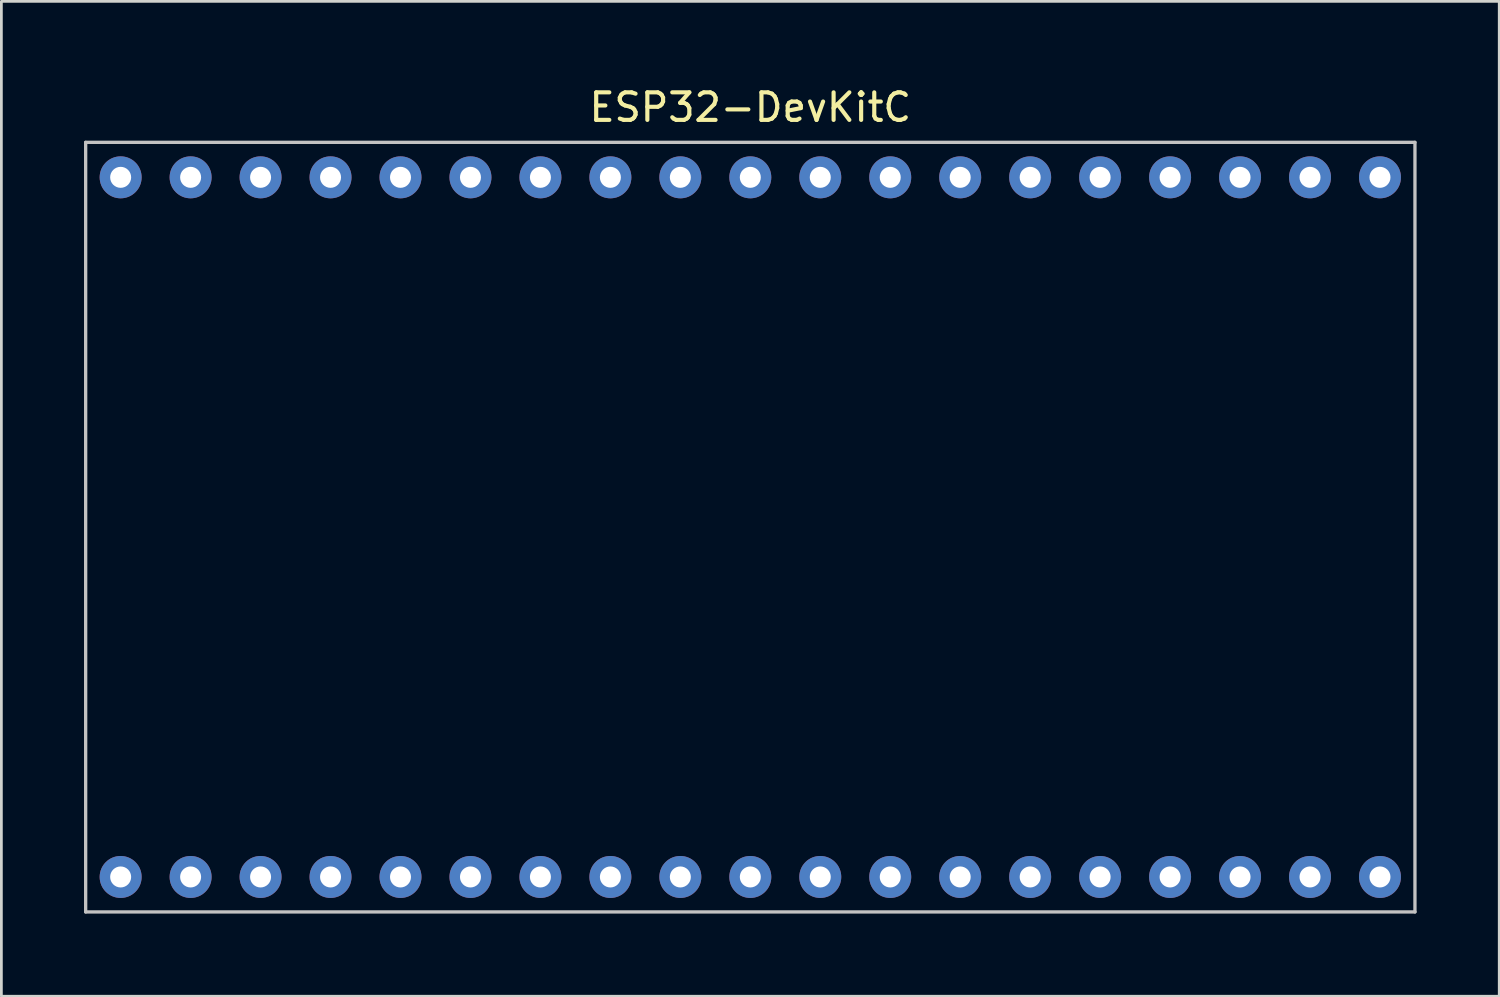
<source format=kicad_pcb>
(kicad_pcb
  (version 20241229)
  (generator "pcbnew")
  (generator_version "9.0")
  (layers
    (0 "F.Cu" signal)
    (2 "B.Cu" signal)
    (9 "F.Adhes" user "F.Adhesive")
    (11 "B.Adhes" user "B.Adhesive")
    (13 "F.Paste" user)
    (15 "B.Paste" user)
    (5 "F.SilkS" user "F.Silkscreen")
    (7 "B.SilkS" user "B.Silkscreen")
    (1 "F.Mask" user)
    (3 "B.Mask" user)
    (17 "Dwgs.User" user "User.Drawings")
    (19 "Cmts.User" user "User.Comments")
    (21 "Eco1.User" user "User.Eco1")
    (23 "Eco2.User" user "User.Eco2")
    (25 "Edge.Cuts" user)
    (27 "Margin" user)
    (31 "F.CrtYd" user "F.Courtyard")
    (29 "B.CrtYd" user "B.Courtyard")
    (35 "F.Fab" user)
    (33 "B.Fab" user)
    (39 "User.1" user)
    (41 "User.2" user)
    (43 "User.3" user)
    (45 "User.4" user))
  (footprint "ESP32-DevKitC"
    (layer "F.Cu")
    (at 24.19 16.088)
    (property "Reference" "ESP32-DevKitC" (at 0 -15.24 0) (layer "F.SilkS") (effects (font (size 1 1) (thickness 0.15))))
    (attr through_hole)
    (fp_line (start -24.13 -13.97) (end 24.13 -13.97) (stroke (width 0.12) (type solid)) (layer "Dwgs.User"))
    (fp_line (start -24.13 13.97) (end -24.13 -13.97) (stroke (width 0.12) (type solid)) (layer "Dwgs.User"))
    (fp_line (start 24.13 -13.97) (end 24.13 13.97) (stroke (width 0.12) (type solid)) (layer "Dwgs.User"))
    (fp_line (start 24.13 13.97) (end -24.13 13.97) (stroke (width 0.12) (type solid)) (layer "Dwgs.User"))
    (pad "1" thru_hole circle (at -22.86 12.7) (size 1.524 1.524) (drill 0.762) (layers "*.Cu" "*.Mask"))
    (pad "2" thru_hole circle (at -20.32 12.7) (size 1.524 1.524) (drill 0.762) (layers "*.Cu" "*.Mask"))
    (pad "3" thru_hole circle (at -17.78 12.7) (size 1.524 1.524) (drill 0.762) (layers "*.Cu" "*.Mask"))
    (pad "4" thru_hole circle (at -15.24 12.7) (size 1.524 1.524) (drill 0.762) (layers "*.Cu" "*.Mask"))
    (pad "5" thru_hole circle (at -12.7 12.7) (size 1.524 1.524) (drill 0.762) (layers "*.Cu" "*.Mask"))
    (pad "6" thru_hole circle (at -10.16 12.7) (size 1.524 1.524) (drill 0.762) (layers "*.Cu" "*.Mask"))
    (pad "7" thru_hole circle (at -7.62 12.7) (size 1.524 1.524) (drill 0.762) (layers "*.Cu" "*.Mask"))
    (pad "8" thru_hole circle (at -5.08 12.7) (size 1.524 1.524) (drill 0.762) (layers "*.Cu" "*.Mask"))
    (pad "9" thru_hole circle (at -2.54 12.7) (size 1.524 1.524) (drill 0.762) (layers "*.Cu" "*.Mask"))
    (pad "10" thru_hole circle (at 0 12.7) (size 1.524 1.524) (drill 0.762) (layers "*.Cu" "*.Mask"))
    (pad "11" thru_hole circle (at 2.54 12.7) (size 1.524 1.524) (drill 0.762) (layers "*.Cu" "*.Mask"))
    (pad "12" thru_hole circle (at 5.08 12.7) (size 1.524 1.524) (drill 0.762) (layers "*.Cu" "*.Mask"))
    (pad "13" thru_hole circle (at 7.62 12.7) (size 1.524 1.524) (drill 0.762) (layers "*.Cu" "*.Mask"))
    (pad "14" thru_hole circle (at 10.16 12.7) (size 1.524 1.524) (drill 0.762) (layers "*.Cu" "*.Mask"))
    (pad "15" thru_hole circle (at 12.7 12.7) (size 1.524 1.524) (drill 0.762) (layers "*.Cu" "*.Mask"))
    (pad "16" thru_hole circle (at 15.24 12.7) (size 1.524 1.524) (drill 0.762) (layers "*.Cu" "*.Mask"))
    (pad "17" thru_hole circle (at 17.78 12.7) (size 1.524 1.524) (drill 0.762) (layers "*.Cu" "*.Mask"))
    (pad "18" thru_hole circle (at 20.32 12.7) (size 1.524 1.524) (drill 0.762) (layers "*.Cu" "*.Mask"))
    (pad "19" thru_hole circle (at 22.86 12.7) (size 1.524 1.524) (drill 0.762) (layers "*.Cu" "*.Mask"))
    (pad "20" thru_hole circle (at 22.86 -12.7) (size 1.524 1.524) (drill 0.762) (layers "*.Cu" "*.Mask"))
    (pad "21" thru_hole circle (at 20.32 -12.7) (size 1.524 1.524) (drill 0.762) (layers "*.Cu" "*.Mask"))
    (pad "22" thru_hole circle (at 17.78 -12.7) (size 1.524 1.524) (drill 0.762) (layers "*.Cu" "*.Mask"))
    (pad "23" thru_hole circle (at 15.24 -12.7) (size 1.524 1.524) (drill 0.762) (layers "*.Cu" "*.Mask"))
    (pad "24" thru_hole circle (at 12.7 -12.7) (size 1.524 1.524) (drill 0.762) (layers "*.Cu" "*.Mask"))
    (pad "25" thru_hole circle (at 10.16 -12.7) (size 1.524 1.524) (drill 0.762) (layers "*.Cu" "*.Mask"))
    (pad "26" thru_hole circle (at 7.62 -12.7) (size 1.524 1.524) (drill 0.762) (layers "*.Cu" "*.Mask"))
    (pad "27" thru_hole circle (at 5.08 -12.7) (size 1.524 1.524) (drill 0.762) (layers "*.Cu" "*.Mask"))
    (pad "28" thru_hole circle (at 2.54 -12.7) (size 1.524 1.524) (drill 0.762) (layers "*.Cu" "*.Mask"))
    (pad "29" thru_hole circle (at 0 -12.7) (size 1.524 1.524) (drill 0.762) (layers "*.Cu" "*.Mask"))
    (pad "30" thru_hole circle (at -2.54 -12.7) (size 1.524 1.524) (drill 0.762) (layers "*.Cu" "*.Mask"))
    (pad "31" thru_hole circle (at -5.08 -12.7) (size 1.524 1.524) (drill 0.762) (layers "*.Cu" "*.Mask"))
    (pad "32" thru_hole circle (at -7.62 -12.7) (size 1.524 1.524) (drill 0.762) (layers "*.Cu" "*.Mask"))
    (pad "33" thru_hole circle (at -10.16 -12.7) (size 1.524 1.524) (drill 0.762) (layers "*.Cu" "*.Mask"))
    (pad "34" thru_hole circle (at -12.7 -12.7) (size 1.524 1.524) (drill 0.762) (layers "*.Cu" "*.Mask"))
    (pad "35" thru_hole circle (at -15.24 -12.7) (size 1.524 1.524) (drill 0.762) (layers "*.Cu" "*.Mask"))
    (pad "36" thru_hole circle (at -17.78 -12.7) (size 1.524 1.524) (drill 0.762) (layers "*.Cu" "*.Mask"))
    (pad "37" thru_hole circle (at -20.32 -12.7) (size 1.524 1.524) (drill 0.762) (layers "*.Cu" "*.Mask"))
    (pad "38" thru_hole circle (at -22.86 -12.7) (size 1.524 1.524) (drill 0.762) (layers "*.Cu" "*.Mask")))
  (gr_rect
    (start -3 -3)
    (end 51.38 33.118)
    (stroke (width 0.1) (type default))
    (fill no)
    (layer "Edge.Cuts")))
</source>
